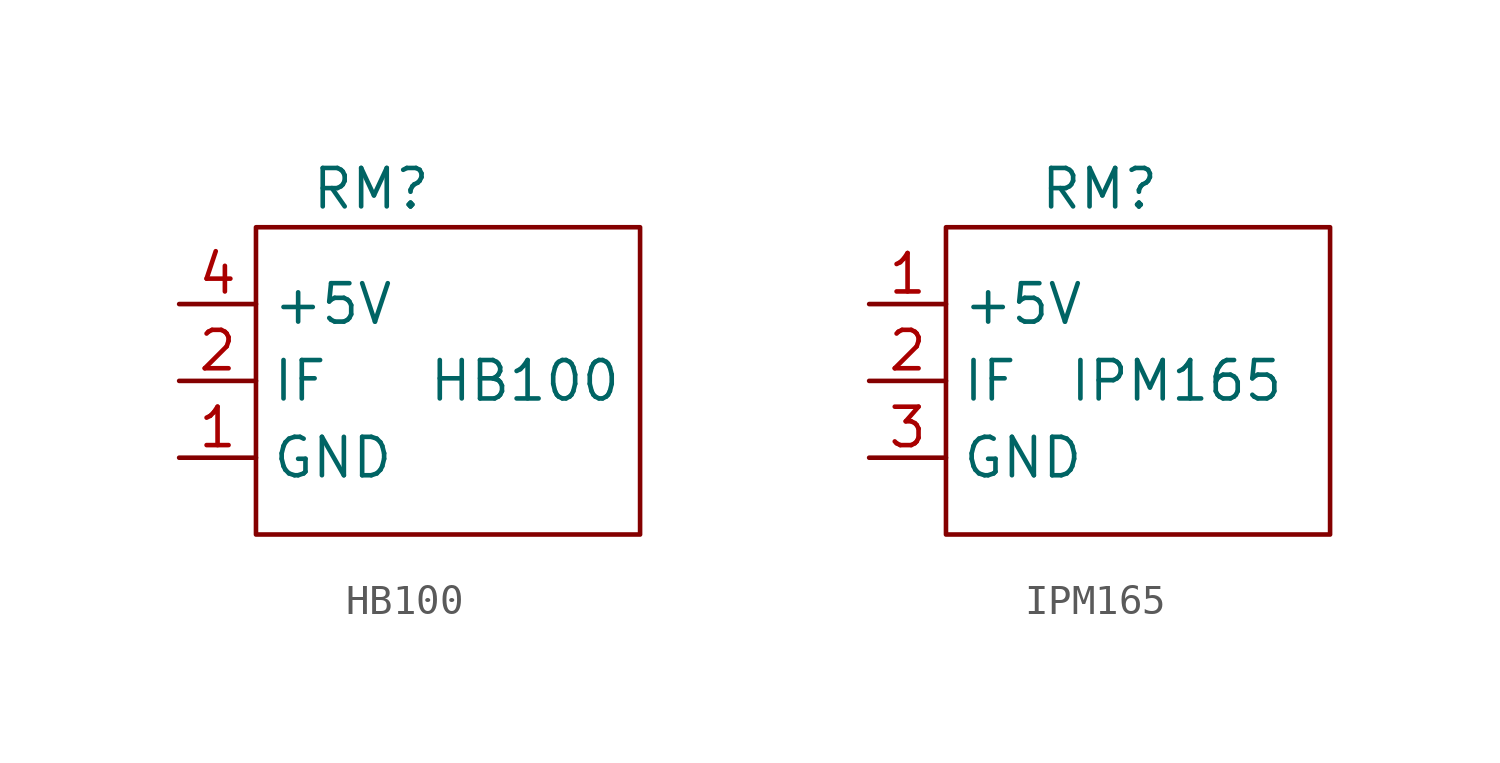
<source format=kicad_sym>
(kicad_symbol_lib
  (version 20211014)
  (generator kicad_symbol_editor)
  (symbol "HB100"
    (property "Reference" "RM"
      (at 5.08 1.27 0)
      (effects (font (size 1.27 1.27))))
    (property "Value" "HB100"
      (at 10.16 -5.08 0)
      (effects (font (size 1.27 1.27))))
    (symbol "HB100_0_1"
      (rectangle (start 1.27 0) (end 13.97 -10.16) (stroke (width 0.152) (type default) (color 0 0 0 0)) (fill (type none))))
    (symbol "HB100_1_1"
      (pin power_in line (at -1.27 -7.62 0) (length 2.54) (name "GND" (effects (font (size 1.27 1.27)))) (number "1" (effects (font (size 1.27 1.27)))))
      (pin bidirectional line (at -1.27 -5.08 0) (length 2.54) (name "IF" (effects (font (size 1.27 1.27)))) (number "2" (effects (font (size 1.27 1.27)))))
      (pin power_in line (at -1.27 -2.54 0) (length 2.54) (name "+5V" (effects (font (size 1.27 1.27)))) (number "4" (effects (font (size 1.27 1.27)))))))
  (symbol "IPM165"
    (property "Reference" "RM"
      (at 6.35 -1.27 0)
      (effects (font (size 1.27 1.27))))
    (property "Value" "IPM165"
      (at 8.89 -7.62 0)
      (effects (font (size 1.27 1.27))))
    (symbol "IPM165_0_1"
      (rectangle (start 1.27 -2.54) (end 13.97 -12.7) (stroke (width 0.152) (type default) (color 0 0 0 0)) (fill (type none))))
    (symbol "IPM165_1_1"
      (pin power_in line (at -1.27 -5.08 0) (length 2.54) (name "+5V" (effects (font (size 1.27 1.27)))) (number "1" (effects (font (size 1.27 1.27)))))
      (pin output line (at -1.27 -7.62 0) (length 2.54) (name "IF" (effects (font (size 1.27 1.27)))) (number "2" (effects (font (size 1.27 1.27)))))
      (pin power_in line (at -1.27 -10.16 0) (length 2.54) (name "GND" (effects (font (size 1.27 1.27)))) (number "3" (effects (font (size 1.27 1.27))))))))
</source>
